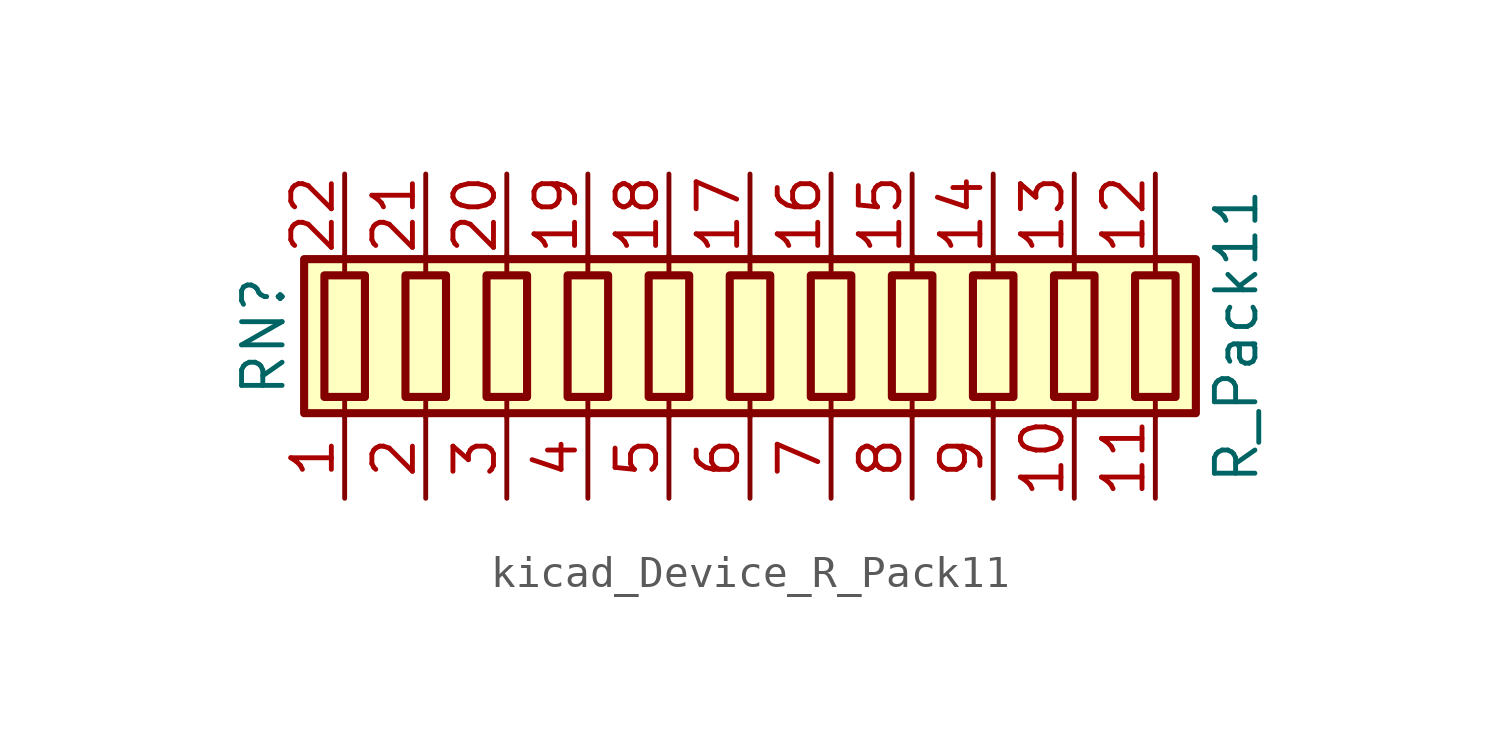
<source format=kicad_sym>
(kicad_symbol_lib
  (version 20220914)
  (generator kicad_symbol_editor)
  (symbol "kicad_Device_R_Pack11"
    (pin_names
      (offset 0) hide)
    (property "Reference" "RN"
      (at -15.24 0 90)
      (effects (font (size 1.27 1.27))))
    (property "Value" "R_Pack11"
      (at 15.24 0 90)
      (effects (font (size 1.27 1.27))))
    (symbol "kicad_Device_R_Pack11_0_1"
      (rectangle (start -13.97 -2.413) (end 13.97 2.413) (stroke (width 0.254) (type default)) (fill (type background)))
      (rectangle (start -13.335 1.905) (end -12.065 -1.905) (stroke (width 0.254) (type default)) (fill (type none)))
      (rectangle (start -10.795 1.905) (end -9.525 -1.905) (stroke (width 0.254) (type default)) (fill (type none)))
      (rectangle (start -8.255 1.905) (end -6.985 -1.905) (stroke (width 0.254) (type default)) (fill (type none)))
      (rectangle (start -5.715 1.905) (end -4.445 -1.905) (stroke (width 0.254) (type default)) (fill (type none)))
      (rectangle (start -3.175 1.905) (end -1.905 -1.905) (stroke (width 0.254) (type default)) (fill (type none)))
      (rectangle (start -0.635 1.905) (end 0.635 -1.905) (stroke (width 0.254) (type default)) (fill (type none)))
      (polyline (pts (xy -12.7 -2.54) (xy -12.7 -1.905)) (stroke (width 0) (type default)) (fill (type none)))
      (polyline (pts (xy -12.7 1.905) (xy -12.7 2.54)) (stroke (width 0) (type default)) (fill (type none)))
      (polyline (pts (xy -10.16 -2.54) (xy -10.16 -1.905)) (stroke (width 0) (type default)) (fill (type none)))
      (polyline (pts (xy -10.16 1.905) (xy -10.16 2.54)) (stroke (width 0) (type default)) (fill (type none)))
      (polyline (pts (xy -7.62 -2.54) (xy -7.62 -1.905)) (stroke (width 0) (type default)) (fill (type none)))
      (polyline (pts (xy -7.62 1.905) (xy -7.62 2.54)) (stroke (width 0) (type default)) (fill (type none)))
      (polyline (pts (xy -5.08 -2.54) (xy -5.08 -1.905)) (stroke (width 0) (type default)) (fill (type none)))
      (polyline (pts (xy -5.08 1.905) (xy -5.08 2.54)) (stroke (width 0) (type default)) (fill (type none)))
      (polyline (pts (xy -2.54 -2.54) (xy -2.54 -1.905)) (stroke (width 0) (type default)) (fill (type none)))
      (polyline (pts (xy -2.54 1.905) (xy -2.54 2.54)) (stroke (width 0) (type default)) (fill (type none)))
      (polyline (pts (xy 0 -2.54) (xy 0 -1.905)) (stroke (width 0) (type default)) (fill (type none)))
      (polyline (pts (xy 0 1.905) (xy 0 2.54)) (stroke (width 0) (type default)) (fill (type none)))
      (polyline (pts (xy 2.54 -2.54) (xy 2.54 -1.905)) (stroke (width 0) (type default)) (fill (type none)))
      (polyline (pts (xy 2.54 1.905) (xy 2.54 2.54)) (stroke (width 0) (type default)) (fill (type none)))
      (polyline (pts (xy 5.08 -2.54) (xy 5.08 -1.905)) (stroke (width 0) (type default)) (fill (type none)))
      (polyline (pts (xy 5.08 1.905) (xy 5.08 2.54)) (stroke (width 0) (type default)) (fill (type none)))
      (polyline (pts (xy 7.62 -2.54) (xy 7.62 -1.905)) (stroke (width 0) (type default)) (fill (type none)))
      (polyline (pts (xy 7.62 1.905) (xy 7.62 2.54)) (stroke (width 0) (type default)) (fill (type none)))
      (polyline (pts (xy 10.16 -2.54) (xy 10.16 -1.905)) (stroke (width 0) (type default)) (fill (type none)))
      (polyline (pts (xy 10.16 1.905) (xy 10.16 2.54)) (stroke (width 0) (type default)) (fill (type none)))
      (polyline (pts (xy 12.7 -2.54) (xy 12.7 -1.905)) (stroke (width 0) (type default)) (fill (type none)))
      (polyline (pts (xy 12.7 1.905) (xy 12.7 2.54)) (stroke (width 0) (type default)) (fill (type none)))
      (rectangle (start 1.905 1.905) (end 3.175 -1.905) (stroke (width 0.254) (type default)) (fill (type none)))
      (rectangle (start 4.445 1.905) (end 5.715 -1.905) (stroke (width 0.254) (type default)) (fill (type none)))
      (rectangle (start 6.985 1.905) (end 8.255 -1.905) (stroke (width 0.254) (type default)) (fill (type none)))
      (rectangle (start 9.525 1.905) (end 10.795 -1.905) (stroke (width 0.254) (type default)) (fill (type none)))
      (rectangle (start 12.065 1.905) (end 13.335 -1.905) (stroke (width 0.254) (type default)) (fill (type none))))
    (symbol "kicad_Device_R_Pack11_1_1"
      (pin passive line (at -12.7 -5.08 90) (length 2.54) (name "R1.1" (effects (font (size 1.27 1.27)))) (number "1" (effects (font (size 1.27 1.27)))))
      (pin passive line (at 10.16 -5.08 90) (length 2.54) (name "R10.1" (effects (font (size 1.27 1.27)))) (number "10" (effects (font (size 1.27 1.27)))))
      (pin passive line (at 12.7 -5.08 90) (length 2.54) (name "R11.1" (effects (font (size 1.27 1.27)))) (number "11" (effects (font (size 1.27 1.27)))))
      (pin passive line (at 12.7 5.08 270) (length 2.54) (name "R11.2" (effects (font (size 1.27 1.27)))) (number "12" (effects (font (size 1.27 1.27)))))
      (pin passive line (at 10.16 5.08 270) (length 2.54) (name "R10.2" (effects (font (size 1.27 1.27)))) (number "13" (effects (font (size 1.27 1.27)))))
      (pin passive line (at 7.62 5.08 270) (length 2.54) (name "R9.2" (effects (font (size 1.27 1.27)))) (number "14" (effects (font (size 1.27 1.27)))))
      (pin passive line (at 5.08 5.08 270) (length 2.54) (name "R8.2" (effects (font (size 1.27 1.27)))) (number "15" (effects (font (size 1.27 1.27)))))
      (pin passive line (at 2.54 5.08 270) (length 2.54) (name "R7.2" (effects (font (size 1.27 1.27)))) (number "16" (effects (font (size 1.27 1.27)))))
      (pin passive line (at 0 5.08 270) (length 2.54) (name "R6.2" (effects (font (size 1.27 1.27)))) (number "17" (effects (font (size 1.27 1.27)))))
      (pin passive line (at -2.54 5.08 270) (length 2.54) (name "R5.2" (effects (font (size 1.27 1.27)))) (number "18" (effects (font (size 1.27 1.27)))))
      (pin passive line (at -5.08 5.08 270) (length 2.54) (name "R4.2" (effects (font (size 1.27 1.27)))) (number "19" (effects (font (size 1.27 1.27)))))
      (pin passive line (at -10.16 -5.08 90) (length 2.54) (name "R2.1" (effects (font (size 1.27 1.27)))) (number "2" (effects (font (size 1.27 1.27)))))
      (pin passive line (at -7.62 5.08 270) (length 2.54) (name "R3.2" (effects (font (size 1.27 1.27)))) (number "20" (effects (font (size 1.27 1.27)))))
      (pin passive line (at -10.16 5.08 270) (length 2.54) (name "R2.2" (effects (font (size 1.27 1.27)))) (number "21" (effects (font (size 1.27 1.27)))))
      (pin passive line (at -12.7 5.08 270) (length 2.54) (name "R1.2" (effects (font (size 1.27 1.27)))) (number "22" (effects (font (size 1.27 1.27)))))
      (pin passive line (at -7.62 -5.08 90) (length 2.54) (name "R3.1" (effects (font (size 1.27 1.27)))) (number "3" (effects (font (size 1.27 1.27)))))
      (pin passive line (at -5.08 -5.08 90) (length 2.54) (name "R4.1" (effects (font (size 1.27 1.27)))) (number "4" (effects (font (size 1.27 1.27)))))
      (pin passive line (at -2.54 -5.08 90) (length 2.54) (name "R5.1" (effects (font (size 1.27 1.27)))) (number "5" (effects (font (size 1.27 1.27)))))
      (pin passive line (at 0 -5.08 90) (length 2.54) (name "R6.1" (effects (font (size 1.27 1.27)))) (number "6" (effects (font (size 1.27 1.27)))))
      (pin passive line (at 2.54 -5.08 90) (length 2.54) (name "R7.1" (effects (font (size 1.27 1.27)))) (number "7" (effects (font (size 1.27 1.27)))))
      (pin passive line (at 5.08 -5.08 90) (length 2.54) (name "R8.1" (effects (font (size 1.27 1.27)))) (number "8" (effects (font (size 1.27 1.27)))))
      (pin passive line (at 7.62 -5.08 90) (length 2.54) (name "R9.1" (effects (font (size 1.27 1.27)))) (number "9" (effects (font (size 1.27 1.27))))))))
</source>
